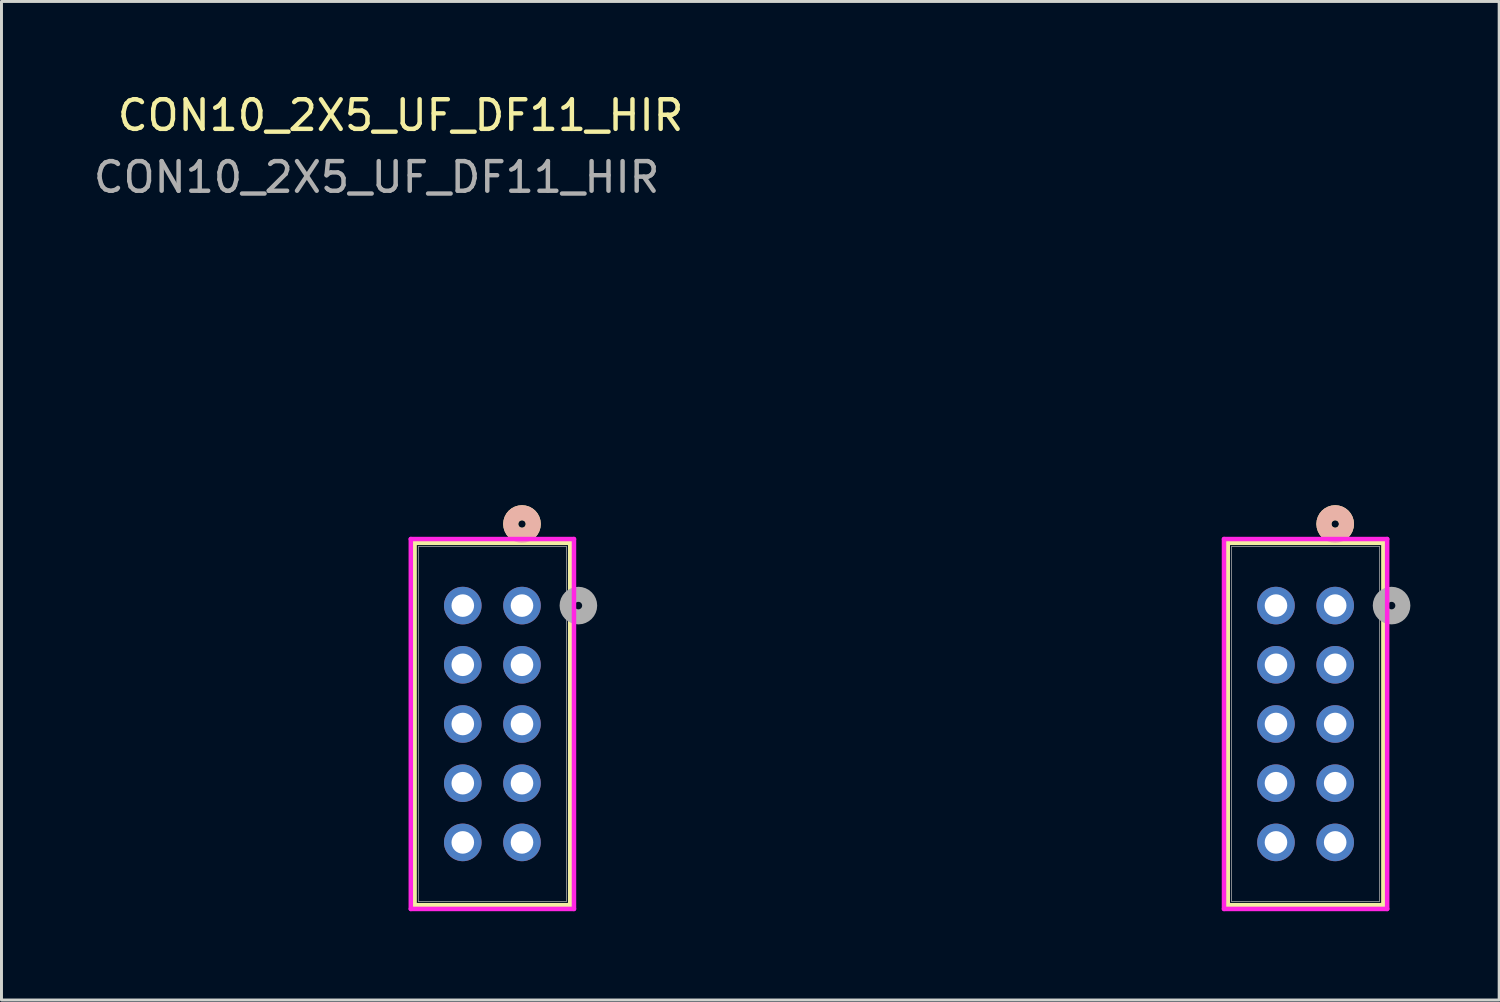
<source format=kicad_pcb>
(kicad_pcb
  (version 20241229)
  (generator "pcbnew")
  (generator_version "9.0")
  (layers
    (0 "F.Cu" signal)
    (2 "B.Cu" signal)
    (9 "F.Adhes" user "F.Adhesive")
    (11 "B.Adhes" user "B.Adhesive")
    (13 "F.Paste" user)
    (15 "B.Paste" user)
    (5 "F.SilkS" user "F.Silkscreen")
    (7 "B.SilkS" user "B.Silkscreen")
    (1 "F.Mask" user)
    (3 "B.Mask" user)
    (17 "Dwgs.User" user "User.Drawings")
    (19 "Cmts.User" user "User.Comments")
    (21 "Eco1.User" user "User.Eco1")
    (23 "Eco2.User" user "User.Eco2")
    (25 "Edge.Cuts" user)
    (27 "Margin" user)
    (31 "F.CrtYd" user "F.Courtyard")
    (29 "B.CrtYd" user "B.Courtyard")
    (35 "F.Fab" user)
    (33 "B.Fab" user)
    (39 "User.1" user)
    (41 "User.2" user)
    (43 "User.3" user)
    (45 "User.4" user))
  (footprint "CON10_2X5_UF_DF11_HIR"
    (layer "F.Cu")
    (at 13.563 21.408)
    (property "Reference" "CON10_2X5_UF_DF11_HIR" (at -3.08 -20.56 0) (unlocked yes) (layer "F.SilkS") (effects (font (size 1 1) (thickness 0.15))))
    (attr through_hole)
    (fp_line (start -2.608 -6.121) (end -2.608 6.121) (stroke (width 0.152) (type solid)) (layer "F.SilkS"))
    (fp_line (start -2.608 6.121) (end 2.65 6.121) (stroke (width 0.152) (type solid)) (layer "F.SilkS"))
    (fp_line (start 2.65 -6.121) (end -2.608 -6.121) (stroke (width 0.152) (type solid)) (layer "F.SilkS"))
    (fp_line (start 2.65 6.121) (end 2.65 -6.121) (stroke (width 0.152) (type solid)) (layer "F.SilkS"))
    (fp_line (start 24.863 -6.121) (end 24.863 6.121) (stroke (width 0.152) (type solid)) (layer "F.SilkS"))
    (fp_line (start 24.863 6.121) (end 30.121 6.121) (stroke (width 0.152) (type solid)) (layer "F.SilkS"))
    (fp_line (start 30.121 -6.121) (end 24.863 -6.121) (stroke (width 0.152) (type solid)) (layer "F.SilkS"))
    (fp_line (start 30.121 6.121) (end 30.121 -6.121) (stroke (width 0.152) (type solid)) (layer "F.SilkS"))
    (fp_circle (center 1.021 -6.756) (end 1.021 -7.137) (stroke (width 0.508) (type solid)) (fill no) (layer "F.SilkS"))
    (fp_circle (center 28.492 -6.756) (end 28.492 -7.137) (stroke (width 0.508) (type solid)) (fill no) (layer "F.SilkS"))
    (fp_circle (center 1.021 -6.756) (end 1.021 -7.137) (stroke (width 0.508) (type solid)) (fill no) (layer "B.SilkS"))
    (fp_circle (center 28.492 -6.756) (end 28.492 -7.137) (stroke (width 0.508) (type solid)) (fill no) (layer "B.SilkS"))
    (fp_line (start -2.735 -6.248) (end -2.735 6.248) (stroke (width 0.152) (type solid)) (layer "F.CrtYd"))
    (fp_line (start -2.735 6.248) (end 2.777 6.248) (stroke (width 0.152) (type solid)) (layer "F.CrtYd"))
    (fp_line (start 2.777 -6.248) (end -2.735 -6.248) (stroke (width 0.152) (type solid)) (layer "F.CrtYd"))
    (fp_line (start 2.777 6.248) (end 2.777 -6.248) (stroke (width 0.152) (type solid)) (layer "F.CrtYd"))
    (fp_line (start 24.736 -6.248) (end 24.736 6.248) (stroke (width 0.152) (type solid)) (layer "F.CrtYd"))
    (fp_line (start 24.736 6.248) (end 30.248 6.248) (stroke (width 0.152) (type solid)) (layer "F.CrtYd"))
    (fp_line (start 30.248 -6.248) (end 24.736 -6.248) (stroke (width 0.152) (type solid)) (layer "F.CrtYd"))
    (fp_line (start 30.248 6.248) (end 30.248 -6.248) (stroke (width 0.152) (type solid)) (layer "F.CrtYd"))
    (fp_line (start -2.481 -5.994) (end -2.481 5.994) (stroke (width 0.025) (type solid)) (layer "F.Fab"))
    (fp_line (start -2.481 5.994) (end 2.523 5.994) (stroke (width 0.025) (type solid)) (layer "F.Fab"))
    (fp_line (start 2.523 -5.994) (end -2.481 -5.994) (stroke (width 0.025) (type solid)) (layer "F.Fab"))
    (fp_line (start 2.523 5.994) (end 2.523 -5.994) (stroke (width 0.025) (type solid)) (layer "F.Fab"))
    (fp_line (start 24.99 -5.994) (end 24.99 5.994) (stroke (width 0.025) (type solid)) (layer "F.Fab"))
    (fp_line (start 24.99 5.994) (end 29.994 5.994) (stroke (width 0.025) (type solid)) (layer "F.Fab"))
    (fp_line (start 29.994 -5.994) (end 24.99 -5.994) (stroke (width 0.025) (type solid)) (layer "F.Fab"))
    (fp_line (start 29.994 5.994) (end 29.994 -5.994) (stroke (width 0.025) (type solid)) (layer "F.Fab"))
    (fp_circle (center 2.926 -4) (end 2.926 -4.381) (stroke (width 0.508) (type solid)) (fill no) (layer "F.Fab"))
    (fp_circle (center 30.397 -4) (end 30.397 -4.381) (stroke (width 0.508) (type solid)) (fill no) (layer "F.Fab"))
    (fp_text user "${REFERENCE}" (at -3.89 -18.47 0) (unlocked yes) (layer "F.Fab") (effects (font (size 1 1) (thickness 0.15))))
    (pad "1" thru_hole circle (at 1.021 -4 90) (size 1.27 1.27) (drill 0.762) (layers "*.Cu" "*.Mask"))
    (pad "2" thru_hole circle (at -0.979 -4 90) (size 1.27 1.27) (drill 0.762) (layers "*.Cu" "*.Mask"))
    (pad "3" thru_hole circle (at 1.021 -2 90) (size 1.27 1.27) (drill 0.762) (layers "*.Cu" "*.Mask"))
    (pad "4" thru_hole circle (at -0.979 -2 90) (size 1.27 1.27) (drill 0.762) (layers "*.Cu" "*.Mask"))
    (pad "5" thru_hole circle (at 1.021 0 90) (size 1.27 1.27) (drill 0.762) (layers "*.Cu" "*.Mask"))
    (pad "6" thru_hole circle (at -0.979 0 90) (size 1.27 1.27) (drill 0.762) (layers "*.Cu" "*.Mask"))
    (pad "7" thru_hole circle (at 1.021 2 90) (size 1.27 1.27) (drill 0.762) (layers "*.Cu" "*.Mask"))
    (pad "8" thru_hole circle (at -0.979 2 90) (size 1.27 1.27) (drill 0.762) (layers "*.Cu" "*.Mask"))
    (pad "9" thru_hole circle (at 1.021 4 90) (size 1.27 1.27) (drill 0.762) (layers "*.Cu" "*.Mask"))
    (pad "10" thru_hole circle (at -0.979 4 90) (size 1.27 1.27) (drill 0.762) (layers "*.Cu" "*.Mask"))
    (pad "11" thru_hole circle (at 28.492 -4 90) (size 1.27 1.27) (drill 0.762) (layers "*.Cu" "*.Mask"))
    (pad "12" thru_hole circle (at 26.492 -4 90) (size 1.27 1.27) (drill 0.762) (layers "*.Cu" "*.Mask"))
    (pad "13" thru_hole circle (at 28.492 -2 90) (size 1.27 1.27) (drill 0.762) (layers "*.Cu" "*.Mask"))
    (pad "14" thru_hole circle (at 26.492 -2 90) (size 1.27 1.27) (drill 0.762) (layers "*.Cu" "*.Mask"))
    (pad "15" thru_hole circle (at 28.492 0 90) (size 1.27 1.27) (drill 0.762) (layers "*.Cu" "*.Mask"))
    (pad "16" thru_hole circle (at 26.492 0 90) (size 1.27 1.27) (drill 0.762) (layers "*.Cu" "*.Mask"))
    (pad "17" thru_hole circle (at 28.492 2 90) (size 1.27 1.27) (drill 0.762) (layers "*.Cu" "*.Mask"))
    (pad "18" thru_hole circle (at 26.492 2 90) (size 1.27 1.27) (drill 0.762) (layers "*.Cu" "*.Mask"))
    (pad "19" thru_hole circle (at 28.492 4 90) (size 1.27 1.27) (drill 0.762) (layers "*.Cu" "*.Mask"))
    (pad "20" thru_hole circle (at 26.492 4 90) (size 1.27 1.27) (drill 0.762) (layers "*.Cu" "*.Mask")))
  (gr_rect
    (start -3 -3)
    (end 47.595 30.733)
    (stroke (width 0.1) (type default))
    (fill no)
    (layer "Edge.Cuts")))
</source>
